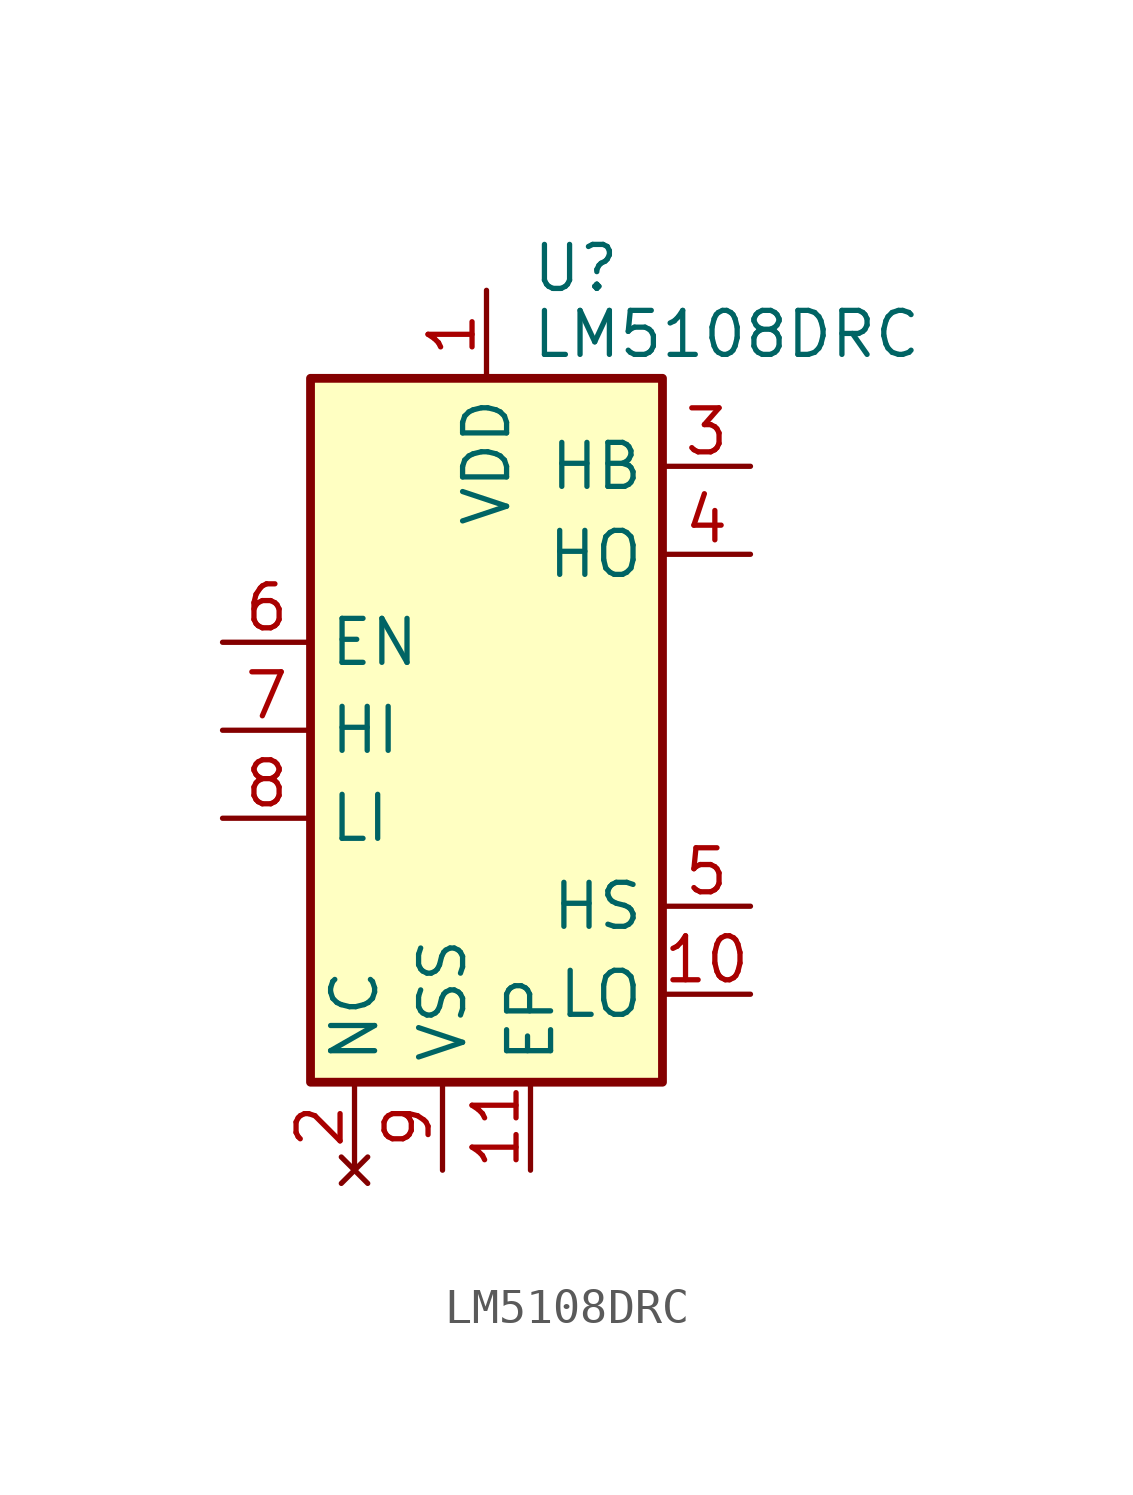
<source format=kicad_sym>
(kicad_symbol_lib
  (version 20231120)
  (generator "kicad_symbol_editor")
  (generator_version "8.0")
  (symbol "LM5108DRC"
    (property "Reference" "U"
      (at 1.27 13.335 0)
      (effects (font (size 1.27 1.27)) (justify left)))
    (property "Value" "LM5108DRC"
      (at 1.27 11.43 0)
      (effects (font (size 1.27 1.27)) (justify left)))
    (symbol "LM5108DRC_0_1"
      (rectangle (start -5.08 10.16) (end 5.08 -10.16) (stroke (width 0.254) (type default)) (fill (type background))))
    (symbol "LM5108DRC_1_0"
      (pin no_connect line (at -3.81 -12.7 90) (length 2.54) (name "NC" (effects (font (size 1.27 1.27)))) (number "2" (effects (font (size 1.27 1.27)))))
      (pin input line (at -7.62 2.54 0) (length 2.54) (name "EN" (effects (font (size 1.27 1.27)))) (number "6" (effects (font (size 1.27 1.27))))))
    (symbol "LM5108DRC_1_1"
      (pin power_in line (at 0 12.7 270) (length 2.54) (name "VDD" (effects (font (size 1.27 1.27)))) (number "1" (effects (font (size 1.27 1.27)))))
      (pin output line (at 7.62 -7.62 180) (length 2.54) (name "LO" (effects (font (size 1.27 1.27)))) (number "10" (effects (font (size 1.27 1.27)))))
      (pin passive line (at 1.27 -12.7 90) (length 2.54) (name "EP" (effects (font (size 1.27 1.27)))) (number "11" (effects (font (size 1.27 1.27)))))
      (pin power_out line (at 7.62 7.62 180) (length 2.54) (name "HB" (effects (font (size 1.27 1.27)))) (number "3" (effects (font (size 1.27 1.27)))))
      (pin output line (at 7.62 5.08 180) (length 2.54) (name "HO" (effects (font (size 1.27 1.27)))) (number "4" (effects (font (size 1.27 1.27)))))
      (pin power_out line (at 7.62 -5.08 180) (length 2.54) (name "HS" (effects (font (size 1.27 1.27)))) (number "5" (effects (font (size 1.27 1.27)))))
      (pin input line (at -7.62 0 0) (length 2.54) (name "HI" (effects (font (size 1.27 1.27)))) (number "7" (effects (font (size 1.27 1.27)))))
      (pin input line (at -7.62 -2.54 0) (length 2.54) (name "LI" (effects (font (size 1.27 1.27)))) (number "8" (effects (font (size 1.27 1.27)))))
      (pin power_in line (at -1.27 -12.7 90) (length 2.54) (name "VSS" (effects (font (size 1.27 1.27)))) (number "9" (effects (font (size 1.27 1.27))))))))
</source>
